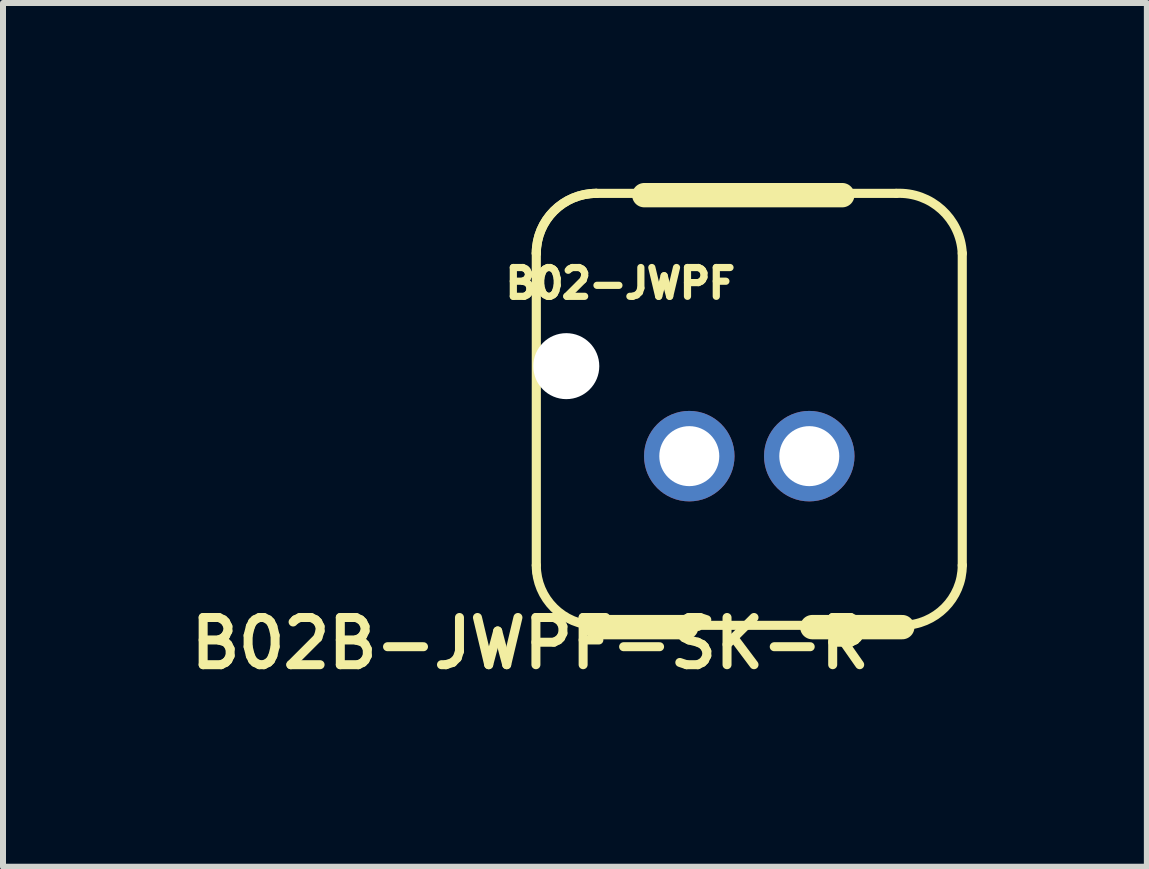
<source format=kicad_pcb>
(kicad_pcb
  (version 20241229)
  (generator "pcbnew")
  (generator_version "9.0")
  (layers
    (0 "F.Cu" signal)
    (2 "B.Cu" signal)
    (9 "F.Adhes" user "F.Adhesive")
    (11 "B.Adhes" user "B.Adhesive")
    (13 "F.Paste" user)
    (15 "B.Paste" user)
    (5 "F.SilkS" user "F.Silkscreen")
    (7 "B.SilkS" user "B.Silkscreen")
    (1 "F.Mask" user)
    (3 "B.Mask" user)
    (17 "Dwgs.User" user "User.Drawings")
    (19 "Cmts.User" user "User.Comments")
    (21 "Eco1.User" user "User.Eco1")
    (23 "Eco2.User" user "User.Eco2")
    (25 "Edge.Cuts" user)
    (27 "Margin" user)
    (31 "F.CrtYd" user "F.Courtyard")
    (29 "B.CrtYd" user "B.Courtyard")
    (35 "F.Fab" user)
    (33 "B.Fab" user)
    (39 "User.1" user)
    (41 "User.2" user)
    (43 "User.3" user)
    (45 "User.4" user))
  (footprint "B02B-JWPF-SK-R"
    (layer "F.Cu")
    (at 5.789 7.673)
    (property "Reference" "B02B-JWPF-SK-R" (at 0 0 0) (layer "F.SilkS") (effects (font (size 0.787 0.787) (thickness 0.15))))
    (attr through_hole)
    (fp_line (start 0.1 -1.3) (end 0.1 -6.5) (stroke (width 0.152) (type solid)) (layer "F.SilkS"))
    (fp_line (start 0.1 -1.3) (end 0.1 -5.97) (stroke (width 0.127) (type solid)) (layer "F.SilkS"))
    (fp_line (start 0.1 -1.17) (end 0.1 -1.3) (stroke (width 0.127) (type solid)) (layer "F.SilkS"))
    (fp_line (start 1.1 -7.5) (end 6.1 -7.5) (stroke (width 0.152) (type solid)) (layer "F.SilkS"))
    (fp_line (start 1.1 -0.27) (end 2.6 -0.27) (stroke (width 0.406) (type solid)) (layer "F.SilkS"))
    (fp_line (start 1.9 -7.47) (end 5.2 -7.47) (stroke (width 0.406) (type solid)) (layer "F.SilkS"))
    (fp_line (start 2.8 -0.27) (end 1.9 -0.27) (stroke (width 0.127) (type solid)) (layer "F.SilkS"))
    (fp_line (start 4.7 -0.27) (end 6.2 -0.27) (stroke (width 0.406) (type solid)) (layer "F.SilkS"))
    (fp_line (start 6.2 -0.3) (end 1.1 -0.3) (stroke (width 0.152) (type solid)) (layer "F.SilkS"))
    (fp_line (start 7.2 -6.5) (end 7.2 -1.3) (stroke (width 0.152) (type solid)) (layer "F.SilkS"))
    (fp_arc (start 0.1 -6.5) (mid 0.392893 -7.207107) (end 1.1 -7.5) (stroke (width 0.1524) (type solid)) (layer "F.SilkS"))
    (fp_arc (start 0.1 -6.5) (mid 0.392893 -7.207107) (end 1.1 -7.5) (stroke (width 0.1524) (type solid)) (layer "F.SilkS"))
    (fp_arc (start 1.1 -0.3) (mid 0.392893 -0.592893) (end 0.1 -1.3) (stroke (width 0.1524) (type solid)) (layer "F.SilkS"))
    (fp_arc (start 6.1 -7.5) (mid 6.857107 -7.227817) (end 7.2 -6.5) (stroke (width 0.1524) (type solid)) (layer "F.SilkS"))
    (fp_arc (start 7.2 -1.3) (mid 6.907107 -0.592893) (end 6.2 -0.3) (stroke (width 0.1524) (type solid)) (layer "F.SilkS"))
    (fp_text user "B02-JWPF" (at 1.5 -6 0) (layer "F.SilkS") (effects (font (size 0.48 0.48) (thickness 0.15))))
    (pad "" np_thru_hole circle (at 0.6 -4.62) (size 1.1 1.1) (drill 1.1) (layers "*.Cu" "*.Mask"))
    (pad "1" thru_hole circle (at 2.65 -3.12) (size 1.508 1.508) (drill 1) (layers "*.Cu" "*.Mask"))
    (pad "2" thru_hole circle (at 4.65 -3.12) (size 1.508 1.508) (drill 1) (layers "*.Cu" "*.Mask")))
  (gr_rect
    (start -3 -3)
    (end 16.066 11.397)
    (stroke (width 0.1) (type default))
    (fill no)
    (layer "Edge.Cuts")))
</source>
